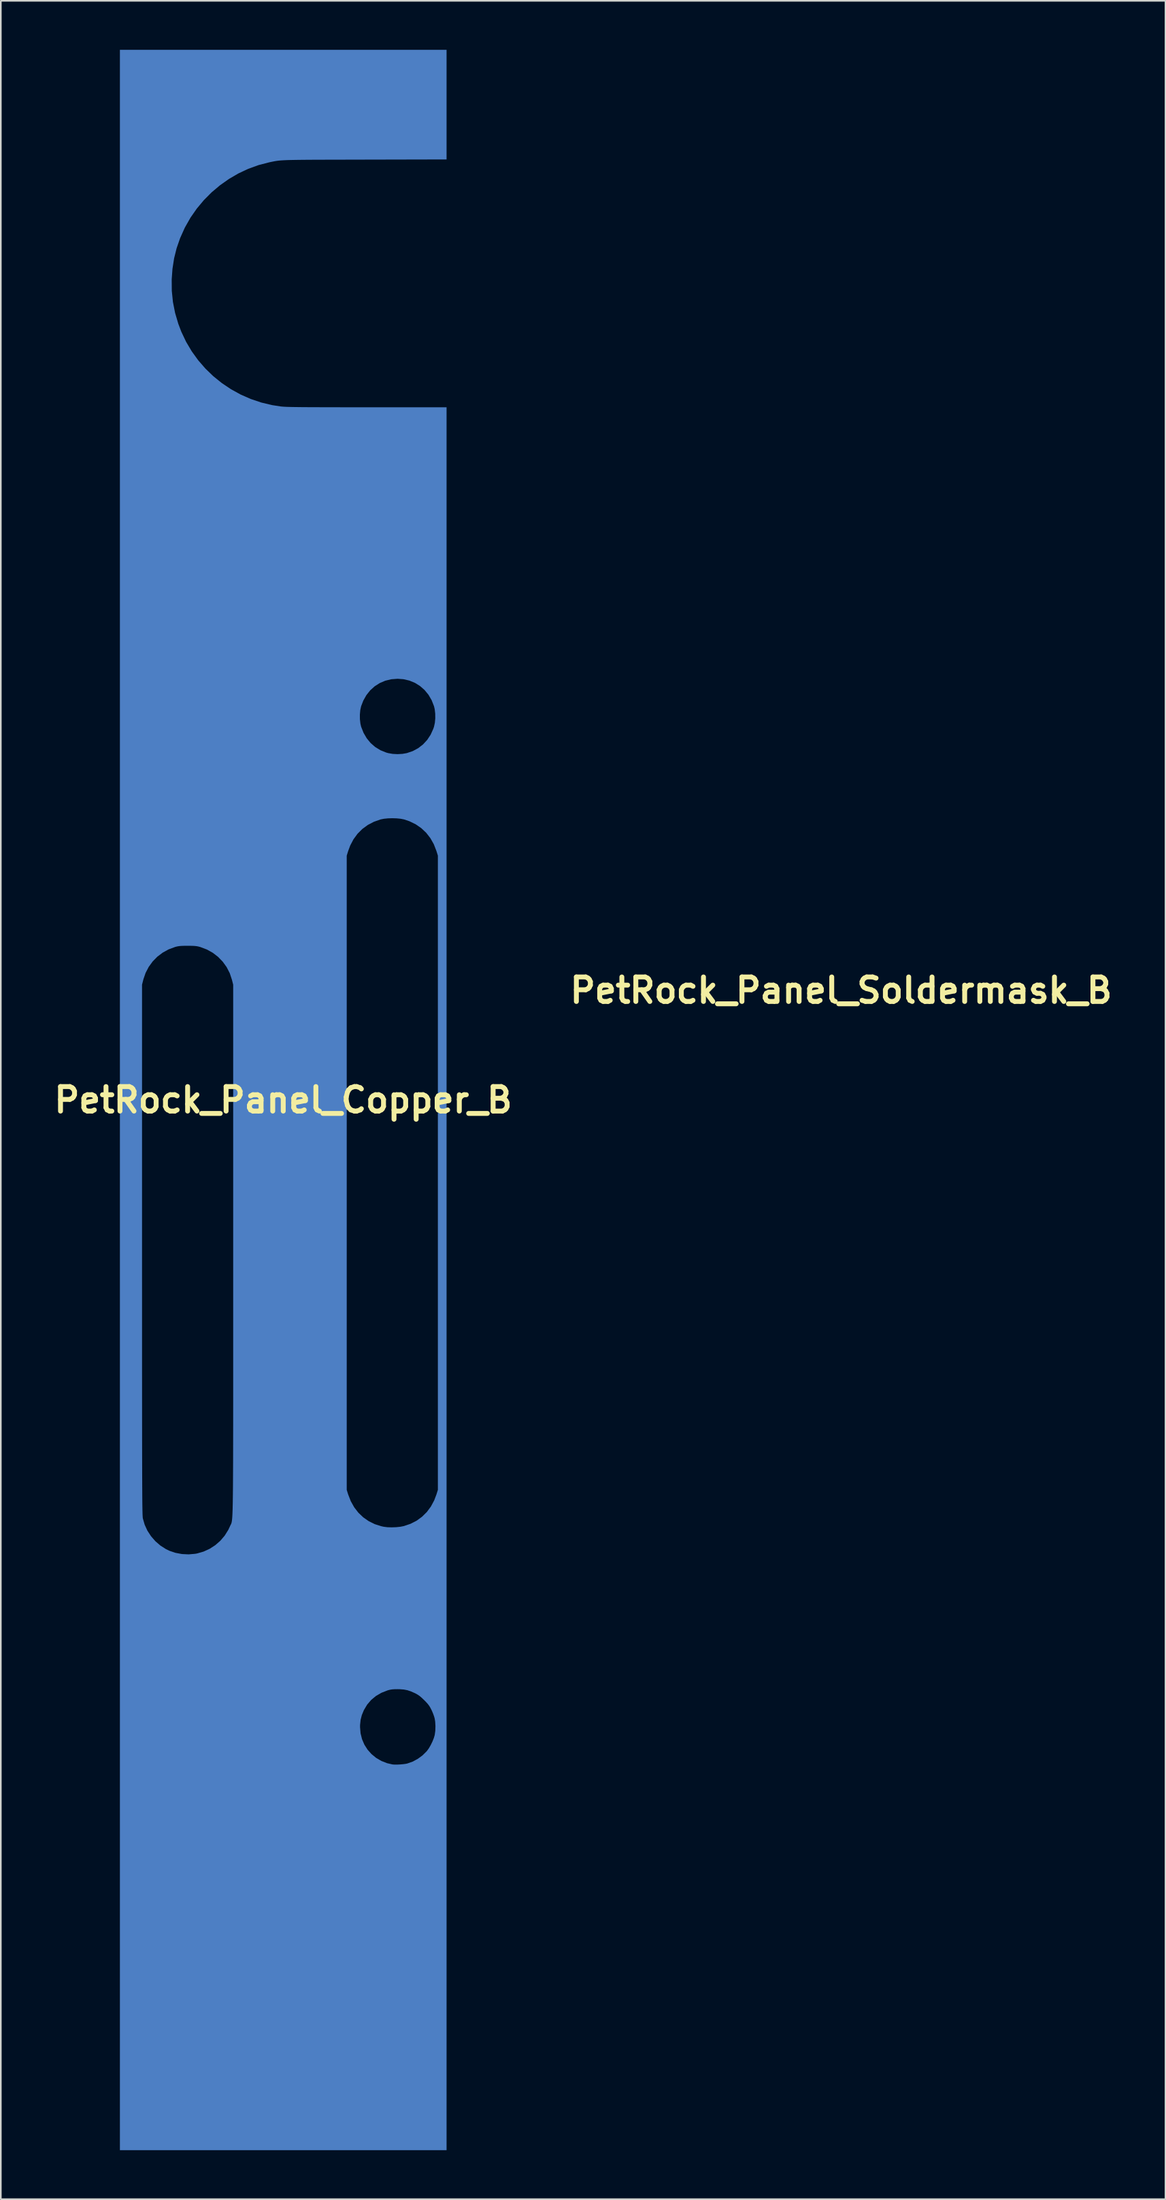
<source format=kicad_pcb>
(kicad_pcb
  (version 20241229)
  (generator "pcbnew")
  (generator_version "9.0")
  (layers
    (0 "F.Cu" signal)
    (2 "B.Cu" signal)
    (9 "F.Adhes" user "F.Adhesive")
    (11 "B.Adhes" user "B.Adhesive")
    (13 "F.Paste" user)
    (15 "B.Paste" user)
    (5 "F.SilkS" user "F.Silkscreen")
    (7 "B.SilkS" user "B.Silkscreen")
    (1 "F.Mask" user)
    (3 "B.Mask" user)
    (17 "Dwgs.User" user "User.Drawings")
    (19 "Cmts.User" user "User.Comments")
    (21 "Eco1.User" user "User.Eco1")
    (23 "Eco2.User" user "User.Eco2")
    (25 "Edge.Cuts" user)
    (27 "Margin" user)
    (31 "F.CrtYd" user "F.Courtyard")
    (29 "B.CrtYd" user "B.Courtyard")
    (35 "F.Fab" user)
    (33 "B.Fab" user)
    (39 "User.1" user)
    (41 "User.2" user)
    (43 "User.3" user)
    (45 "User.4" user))
  (footprint "PetRock_Panel_Soldermask_B"
    (layer "F.Cu")
    (at 48.471 57.58)
    (property "Reference" "PetRock_Panel_Soldermask_B" (at 0 0 0) (layer "F.SilkS") (effects (font (size 1.5 1.5) (thickness 0.3))))
    (attr board_only exclude_from_pos_files exclude_from_bom)
    (fp_poly (pts (xy 7.388 -25.757) (xy 7.754 -25.667) (xy 8.094 -25.522) (xy 8.405 -25.324) (xy 8.68 -25.077) (xy 8.913 -24.785) (xy 9.071 -24.512) (xy 9.181 -24.264) (xy 9.254 -24.034) (xy 9.294 -23.798) (xy 9.309 -23.531) (xy 9.309 -23.48) (xy 9.299 -23.204) (xy 9.263 -22.965) (xy 9.196 -22.736) (xy 9.093 -22.492) (xy 9.071 -22.447) (xy 8.875 -22.119) (xy 8.631 -21.833) (xy 8.344 -21.592) (xy 8.02 -21.4) (xy 7.663 -21.262) (xy 7.571 -21.237) (xy 7.294 -21.189) (xy 6.99 -21.173) (xy 6.688 -21.19) (xy 6.423 -21.238) (xy 6.059 -21.364) (xy 5.729 -21.544) (xy 5.435 -21.774) (xy 5.183 -22.051) (xy 4.974 -22.372) (xy 4.811 -22.735) (xy 4.772 -22.851) (xy 4.719 -23.091) (xy 4.694 -23.365) (xy 4.697 -23.649) (xy 4.727 -23.918) (xy 4.772 -24.108) (xy 4.919 -24.481) (xy 5.114 -24.814) (xy 5.351 -25.103) (xy 5.627 -25.346) (xy 5.938 -25.538) (xy 6.279 -25.678) (xy 6.648 -25.762) (xy 7.004 -25.787)) (stroke (width 0) (type solid)) (fill yes) (layer "B.Mask"))
    (fp_poly (pts (xy 6.958 -17.241) (xy 7.205 -17.216) (xy 7.394 -17.178) (xy 7.807 -17.033) (xy 8.182 -16.837) (xy 8.518 -16.591) (xy 8.81 -16.298) (xy 9.058 -15.961) (xy 9.258 -15.582) (xy 9.382 -15.25) (xy 9.473 -14.959) (xy 9.473 4.454) (xy 9.473 23.867) (xy 9.384 24.151) (xy 9.223 24.564) (xy 9.014 24.936) (xy 8.76 25.264) (xy 8.462 25.547) (xy 8.124 25.782) (xy 7.748 25.966) (xy 7.394 26.082) (xy 7.17 26.126) (xy 6.909 26.153) (xy 6.637 26.162) (xy 6.376 26.153) (xy 6.159 26.126) (xy 5.743 26.016) (xy 5.359 25.851) (xy 5.011 25.634) (xy 4.7 25.367) (xy 4.431 25.054) (xy 4.206 24.697) (xy 4.028 24.299) (xy 3.978 24.151) (xy 3.889 23.867) (xy 3.889 4.454) (xy 3.889 -14.959) (xy 3.98 -15.25) (xy 4.139 -15.654) (xy 4.348 -16.023) (xy 4.605 -16.352) (xy 4.905 -16.637) (xy 5.244 -16.874) (xy 5.619 -17.061) (xy 5.955 -17.175) (xy 6.166 -17.217) (xy 6.418 -17.242) (xy 6.688 -17.25)) (stroke (width 0) (type solid)) (fill yes) (layer "B.Mask"))
    (fp_poly (pts (xy 7.273 36.079) (xy 7.505 36.11) (xy 7.722 36.168) (xy 7.951 36.259) (xy 8.068 36.314) (xy 8.206 36.387) (xy 8.327 36.466) (xy 8.448 36.563) (xy 8.586 36.692) (xy 8.636 36.742) (xy 8.773 36.881) (xy 8.874 36.997) (xy 8.954 37.107) (xy 9.026 37.231) (xy 9.082 37.342) (xy 9.152 37.499) (xy 9.217 37.666) (xy 9.264 37.815) (xy 9.279 37.874) (xy 9.315 38.132) (xy 9.324 38.418) (xy 9.307 38.698) (xy 9.279 38.875) (xy 9.225 39.062) (xy 9.14 39.275) (xy 9.034 39.492) (xy 8.918 39.691) (xy 8.809 39.843) (xy 8.563 40.094) (xy 8.275 40.313) (xy 7.961 40.488) (xy 7.636 40.61) (xy 7.601 40.619) (xy 7.472 40.644) (xy 7.306 40.664) (xy 7.122 40.679) (xy 6.943 40.687) (xy 6.789 40.685) (xy 6.697 40.677) (xy 6.319 40.586) (xy 5.968 40.439) (xy 5.649 40.243) (xy 5.367 40.001) (xy 5.128 39.717) (xy 4.936 39.397) (xy 4.796 39.045) (xy 4.772 38.96) (xy 4.726 38.713) (xy 4.707 38.435) (xy 4.713 38.153) (xy 4.746 37.896) (xy 4.758 37.842) (xy 4.858 37.533) (xy 5.007 37.23) (xy 5.194 36.949) (xy 5.41 36.703) (xy 5.622 36.525) (xy 5.92 36.336) (xy 6.208 36.201) (xy 6.501 36.115) (xy 6.814 36.074) (xy 7.004 36.069)) (stroke (width 0) (type solid)) (fill yes) (layer "B.Mask"))
    (fp_poly (pts (xy 10.005 -49.994) (xy 10.005 -42.409) (xy 5.091 -42.412) (xy 4.402 -42.413) (xy 3.774 -42.413) (xy 3.205 -42.414) (xy 2.691 -42.416) (xy 2.231 -42.417) (xy 1.821 -42.419) (xy 1.458 -42.421) (xy 1.139 -42.423) (xy 0.861 -42.426) (xy 0.622 -42.429) (xy 0.419 -42.433) (xy 0.248 -42.437) (xy 0.107 -42.441) (xy -0.007 -42.446) (xy -0.097 -42.451) (xy -0.166 -42.457) (xy -0.185 -42.46) (xy -0.852 -42.572) (xy -1.507 -42.746) (xy -2.146 -42.979) (xy -2.762 -43.267) (xy -3.35 -43.607) (xy -3.906 -43.997) (xy -4.423 -44.434) (xy -4.897 -44.915) (xy -5.05 -45.091) (xy -5.478 -45.649) (xy -5.85 -46.237) (xy -6.164 -46.852) (xy -6.419 -47.49) (xy -6.615 -48.148) (xy -6.75 -48.823) (xy -6.823 -49.512) (xy -6.833 -50.211) (xy -6.832 -50.251) (xy -6.779 -50.935) (xy -6.672 -51.59) (xy -6.507 -52.224) (xy -6.283 -52.845) (xy -6.05 -53.357) (xy -5.709 -53.973) (xy -5.32 -54.546) (xy -4.885 -55.076) (xy -4.407 -55.559) (xy -3.887 -55.996) (xy -3.327 -56.385) (xy -2.73 -56.723) (xy -2.097 -57.01) (xy -1.43 -57.245) (xy -0.732 -57.425) (xy -0.308 -57.505) (xy -0.259 -57.512) (xy -0.203 -57.519) (xy -0.135 -57.525) (xy -0.053 -57.53) (xy 0.046 -57.535) (xy 0.166 -57.539) (xy 0.31 -57.543) (xy 0.481 -57.547) (xy 0.681 -57.55) (xy 0.915 -57.553) (xy 1.185 -57.555) (xy 1.494 -57.557) (xy 1.847 -57.559) (xy 2.244 -57.561) (xy 2.691 -57.563) (xy 3.19 -57.565) (xy 3.744 -57.566) (xy 4.356 -57.568) (xy 5.011 -57.569) (xy 10.005 -57.58)) (stroke (width 0) (type solid)) (fill yes) (layer "B.Mask"))
    (fp_poly (pts (xy -5.648 -9.439) (xy -5.487 -9.434) (xy -5.361 -9.424) (xy -5.253 -9.408) (xy -5.148 -9.383) (xy -5.09 -9.367) (xy -4.695 -9.22) (xy -4.331 -9.02) (xy -4.004 -8.771) (xy -3.717 -8.479) (xy -3.476 -8.147) (xy -3.285 -7.781) (xy -3.149 -7.386) (xy -3.143 -7.365) (xy -3.066 -7.06) (xy -3.066 9.155) (xy -3.066 10.389) (xy -3.066 11.559) (xy -3.066 12.669) (xy -3.066 13.719) (xy -3.066 14.711) (xy -3.066 15.647) (xy -3.066 16.528) (xy -3.066 17.356) (xy -3.066 18.134) (xy -3.066 18.862) (xy -3.067 19.542) (xy -3.068 20.176) (xy -3.068 20.766) (xy -3.069 21.313) (xy -3.071 21.819) (xy -3.072 22.286) (xy -3.074 22.714) (xy -3.076 23.107) (xy -3.078 23.466) (xy -3.081 23.792) (xy -3.084 24.086) (xy -3.087 24.352) (xy -3.091 24.59) (xy -3.095 24.802) (xy -3.099 24.989) (xy -3.104 25.154) (xy -3.11 25.298) (xy -3.116 25.423) (xy -3.122 25.53) (xy -3.129 25.622) (xy -3.137 25.699) (xy -3.145 25.764) (xy -3.153 25.817) (xy -3.162 25.862) (xy -3.172 25.899) (xy -3.183 25.93) (xy -3.194 25.957) (xy -3.206 25.982) (xy -3.218 26.006) (xy -3.231 26.031) (xy -3.245 26.058) (xy -3.26 26.089) (xy -3.267 26.107) (xy -3.416 26.401) (xy -3.613 26.692) (xy -3.844 26.966) (xy -4.097 27.206) (xy -4.359 27.399) (xy -4.375 27.408) (xy -4.743 27.595) (xy -5.137 27.725) (xy -5.55 27.799) (xy -5.972 27.815) (xy -6.395 27.77) (xy -6.402 27.769) (xy -6.798 27.665) (xy -7.17 27.501) (xy -7.519 27.278) (xy -7.787 27.049) (xy -8.077 26.731) (xy -8.31 26.386) (xy -8.484 26.016) (xy -8.598 25.623) (xy -8.598 25.619) (xy -8.602 25.596) (xy -8.606 25.565) (xy -8.609 25.524) (xy -8.613 25.471) (xy -8.616 25.405) (xy -8.619 25.324) (xy -8.622 25.227) (xy -8.624 25.111) (xy -8.627 24.975) (xy -8.629 24.818) (xy -8.631 24.638) (xy -8.633 24.432) (xy -8.635 24.2) (xy -8.636 23.94) (xy -8.638 23.65) (xy -8.639 23.329) (xy -8.641 22.974) (xy -8.642 22.585) (xy -8.643 22.159) (xy -8.644 21.695) (xy -8.645 21.191) (xy -8.646 20.645) (xy -8.646 20.057) (xy -8.647 19.423) (xy -8.648 18.744) (xy -8.648 18.016) (xy -8.648 17.238) (xy -8.649 16.409) (xy -8.649 15.526) (xy -8.649 14.589) (xy -8.649 13.596) (xy -8.649 12.544) (xy -8.65 11.433) (xy -8.65 10.26) (xy -8.65 9.155) (xy -8.65 -7.06) (xy -8.571 -7.369) (xy -8.438 -7.764) (xy -8.251 -8.131) (xy -8.012 -8.463) (xy -7.728 -8.758) (xy -7.403 -9.008) (xy -7.041 -9.211) (xy -6.648 -9.361) (xy -6.626 -9.367) (xy -6.516 -9.396) (xy -6.412 -9.417) (xy -6.297 -9.43) (xy -6.156 -9.437) (xy -5.973 -9.44) (xy -5.858 -9.44)) (stroke (width 0) (type solid)) (fill yes) (layer "B.Mask")))
  (footprint "PetRock_Panel_Copper_B"
    (layer "F.Cu")
    (at 14.3 64.291)
    (property "Reference" "PetRock_Panel_Copper_B" (at 0 0 0) (layer "F.SilkS") (effects (font (size 1.5 1.5) (thickness 0.3))))
    (attr board_only exclude_from_pos_files exclude_from_bom)
    (fp_poly (pts (xy 10.005 -60.935) (xy 10.005 -57.58) (xy 4.994 -57.569) (xy 4.324 -57.568) (xy 3.715 -57.566) (xy 3.164 -57.565) (xy 2.667 -57.564) (xy 2.222 -57.562) (xy 1.824 -57.561) (xy 1.471 -57.559) (xy 1.158 -57.556) (xy 0.884 -57.553) (xy 0.644 -57.549) (xy 0.434 -57.545) (xy 0.253 -57.54) (xy 0.096 -57.533) (xy -0.04 -57.526) (xy -0.159 -57.518) (xy -0.263 -57.509) (xy -0.356 -57.498) (xy -0.442 -57.485) (xy -0.524 -57.472) (xy -0.604 -57.456) (xy -0.687 -57.439) (xy -0.776 -57.421) (xy -0.873 -57.4) (xy -1.516 -57.233) (xy -2.142 -57.006) (xy -2.747 -56.723) (xy -3.325 -56.386) (xy -3.873 -55.999) (xy -4.387 -55.566) (xy -4.862 -55.089) (xy -5.294 -54.572) (xy -5.68 -54.018) (xy -6.014 -53.43) (xy -6.046 -53.366) (xy -6.318 -52.759) (xy -6.53 -52.149) (xy -6.685 -51.527) (xy -6.785 -50.883) (xy -6.832 -50.235) (xy -6.826 -49.538) (xy -6.757 -48.855) (xy -6.624 -48.183) (xy -6.428 -47.519) (xy -6.243 -47.033) (xy -5.95 -46.415) (xy -5.603 -45.831) (xy -5.208 -45.284) (xy -4.766 -44.776) (xy -4.283 -44.309) (xy -3.76 -43.888) (xy -3.202 -43.514) (xy -2.612 -43.189) (xy -1.994 -42.917) (xy -1.351 -42.7) (xy -0.686 -42.541) (xy -0.143 -42.457) (xy -0.078 -42.451) (xy -0.002 -42.445) (xy 0.09 -42.439) (xy 0.199 -42.434) (xy 0.33 -42.43) (xy 0.485 -42.426) (xy 0.667 -42.423) (xy 0.88 -42.42) (xy 1.127 -42.417) (xy 1.411 -42.415) (xy 1.736 -42.413) (xy 2.103 -42.412) (xy 2.518 -42.411) (xy 2.982 -42.41) (xy 3.499 -42.409) (xy 4.072 -42.409) (xy 4.705 -42.409) (xy 5.14 -42.409) (xy 10.005 -42.409) (xy 10.005 10.941) (xy 10.005 64.291) (xy 0 64.291) (xy -10.005 64.291) (xy -10.005 38.39) (xy 4.705 38.39) (xy 4.737 38.771) (xy 4.827 39.131) (xy 4.971 39.466) (xy 5.166 39.772) (xy 5.407 40.043) (xy 5.689 40.274) (xy 6.009 40.462) (xy 6.362 40.6) (xy 6.697 40.677) (xy 6.815 40.686) (xy 6.976 40.686) (xy 7.158 40.677) (xy 7.34 40.661) (xy 7.501 40.64) (xy 7.601 40.619) (xy 7.926 40.504) (xy 8.242 40.334) (xy 8.534 40.12) (xy 8.785 39.871) (xy 8.809 39.843) (xy 8.924 39.683) (xy 9.039 39.482) (xy 9.144 39.265) (xy 9.228 39.052) (xy 9.279 38.875) (xy 9.315 38.616) (xy 9.324 38.331) (xy 9.307 38.051) (xy 9.279 37.874) (xy 9.243 37.743) (xy 9.186 37.582) (xy 9.117 37.417) (xy 9.082 37.342) (xy 9.007 37.196) (xy 8.934 37.078) (xy 8.85 36.968) (xy 8.741 36.848) (xy 8.636 36.742) (xy 8.488 36.6) (xy 8.364 36.494) (xy 8.245 36.411) (xy 8.114 36.337) (xy 8.068 36.314) (xy 7.826 36.206) (xy 7.607 36.133) (xy 7.385 36.09) (xy 7.136 36.071) (xy 7.004 36.069) (xy 6.813 36.072) (xy 6.665 36.082) (xy 6.537 36.104) (xy 6.406 36.138) (xy 6.391 36.143) (xy 6.013 36.291) (xy 5.678 36.486) (xy 5.387 36.727) (xy 5.142 37.013) (xy 4.945 37.342) (xy 4.937 37.358) (xy 4.815 37.653) (xy 4.74 37.944) (xy 4.707 38.256) (xy 4.705 38.39) (xy -10.005 38.39) (xy -10.005 0) (xy -10.005 -7.06) (xy -8.65 -7.06) (xy -8.65 9.155) (xy -8.65 10.384) (xy -8.649 11.551) (xy -8.649 12.656) (xy -8.649 13.701) (xy -8.649 14.689) (xy -8.649 15.62) (xy -8.649 16.497) (xy -8.648 17.321) (xy -8.648 18.093) (xy -8.647 18.816) (xy -8.647 19.491) (xy -8.646 20.12) (xy -8.646 20.704) (xy -8.645 21.245) (xy -8.644 21.744) (xy -8.643 22.205) (xy -8.642 22.627) (xy -8.641 23.013) (xy -8.639 23.364) (xy -8.638 23.682) (xy -8.636 23.969) (xy -8.635 24.226) (xy -8.633 24.455) (xy -8.631 24.657) (xy -8.629 24.835) (xy -8.626 24.99) (xy -8.624 25.124) (xy -8.621 25.238) (xy -8.619 25.333) (xy -8.616 25.413) (xy -8.612 25.477) (xy -8.609 25.529) (xy -8.606 25.569) (xy -8.602 25.599) (xy -8.598 25.619) (xy -8.487 26.003) (xy -8.319 26.368) (xy -8.098 26.706) (xy -7.831 27.012) (xy -7.524 27.277) (xy -7.183 27.495) (xy -6.968 27.599) (xy -6.599 27.723) (xy -6.204 27.796) (xy -5.799 27.816) (xy -5.4 27.782) (xy -5.277 27.76) (xy -4.878 27.645) (xy -4.504 27.474) (xy -4.16 27.251) (xy -3.852 26.981) (xy -3.586 26.669) (xy -3.368 26.32) (xy -3.265 26.101) (xy -3.25 26.067) (xy -3.236 26.038) (xy -3.223 26.013) (xy -3.21 25.989) (xy -3.198 25.965) (xy -3.187 25.94) (xy -3.176 25.91) (xy -3.166 25.876) (xy -3.157 25.835) (xy -3.148 25.786) (xy -3.14 25.727) (xy -3.132 25.656) (xy -3.125 25.571) (xy -3.118 25.471) (xy -3.112 25.354) (xy -3.107 25.219) (xy -3.101 25.064) (xy -3.097 24.887) (xy -3.092 24.686) (xy -3.089 24.46) (xy -3.085 24.207) (xy -3.082 23.926) (xy -3.079 23.614) (xy -3.077 23.271) (xy -3.075 22.893) (xy -3.073 22.481) (xy -3.071 22.032) (xy -3.07 21.543) (xy -3.069 21.015) (xy -3.068 20.445) (xy -3.067 19.831) (xy -3.067 19.171) (xy -3.066 18.465) (xy -3.066 17.71) (xy -3.066 16.905) (xy -3.066 16.047) (xy -3.066 15.136) (xy -3.066 14.169) (xy -3.066 13.145) (xy -3.066 12.063) (xy -3.066 10.92) (xy -3.066 9.715) (xy -3.066 9.155) (xy -3.066 -7.06) (xy -3.145 -7.369) (xy -3.277 -7.765) (xy -3.465 -8.132) (xy -3.704 -8.465) (xy -3.988 -8.759) (xy -4.313 -9.01) (xy -4.675 -9.212) (xy -5.068 -9.361) (xy -5.085 -9.366) (xy -5.196 -9.396) (xy -5.3 -9.416) (xy -5.415 -9.429) (xy -5.554 -9.437) (xy -5.733 -9.44) (xy -5.858 -9.44) (xy -6.067 -9.439) (xy -6.227 -9.434) (xy -6.353 -9.424) (xy -6.461 -9.408) (xy -6.567 -9.384) (xy -6.63 -9.366) (xy -7.025 -9.22) (xy -7.388 -9.019) (xy -7.715 -8.771) (xy -8.001 -8.478) (xy -8.241 -8.147) (xy -8.431 -7.782) (xy -8.567 -7.387) (xy -8.571 -7.369) (xy -8.65 -7.06) (xy -10.005 -7.06) (xy -10.005 -14.959) (xy 3.889 -14.959) (xy 3.889 4.454) (xy 3.889 23.867) (xy 3.978 24.151) (xy 4.139 24.563) (xy 4.347 24.934) (xy 4.601 25.263) (xy 4.898 25.546) (xy 5.233 25.781) (xy 5.605 25.965) (xy 6.011 26.094) (xy 6.159 26.126) (xy 6.383 26.154) (xy 6.644 26.162) (xy 6.917 26.152) (xy 7.177 26.125) (xy 7.394 26.082) (xy 7.801 25.944) (xy 8.172 25.754) (xy 8.504 25.512) (xy 8.796 25.223) (xy 9.045 24.888) (xy 9.247 24.511) (xy 9.384 24.151) (xy 9.473 23.867) (xy 9.473 4.454) (xy 9.473 -14.959) (xy 9.382 -15.25) (xy 9.222 -15.661) (xy 9.012 -16.032) (xy 8.756 -16.36) (xy 8.454 -16.644) (xy 8.111 -16.88) (xy 7.728 -17.066) (xy 7.394 -17.178) (xy 7.191 -17.218) (xy 6.947 -17.242) (xy 6.682 -17.25) (xy 6.416 -17.242) (xy 6.172 -17.218) (xy 5.969 -17.178) (xy 5.968 -17.178) (xy 5.555 -17.033) (xy 5.179 -16.837) (xy 4.844 -16.591) (xy 4.551 -16.298) (xy 4.304 -15.961) (xy 4.104 -15.582) (xy 3.98 -15.25) (xy 3.889 -14.959) (xy -10.005 -14.959) (xy -10.005 -23.594) (xy 4.694 -23.594) (xy 4.697 -23.311) (xy 4.727 -23.041) (xy 4.772 -22.851) (xy 4.92 -22.477) (xy 5.115 -22.143) (xy 5.355 -21.852) (xy 5.636 -21.608) (xy 5.955 -21.413) (xy 6.309 -21.27) (xy 6.423 -21.238) (xy 6.698 -21.189) (xy 7.001 -21.173) (xy 7.305 -21.19) (xy 7.571 -21.237) (xy 7.937 -21.361) (xy 8.269 -21.54) (xy 8.564 -21.769) (xy 8.818 -22.044) (xy 9.029 -22.363) (xy 9.192 -22.723) (xy 9.235 -22.85) (xy 9.288 -23.092) (xy 9.313 -23.367) (xy 9.31 -23.652) (xy 9.279 -23.922) (xy 9.235 -24.109) (xy 9.089 -24.479) (xy 8.895 -24.81) (xy 8.658 -25.098) (xy 8.382 -25.341) (xy 8.071 -25.535) (xy 7.73 -25.676) (xy 7.363 -25.761) (xy 7.004 -25.787) (xy 6.614 -25.757) (xy 6.248 -25.668) (xy 5.909 -25.523) (xy 5.601 -25.326) (xy 5.328 -25.08) (xy 5.095 -24.787) (xy 4.904 -24.45) (xy 4.772 -24.108) (xy 4.719 -23.868) (xy 4.694 -23.594) (xy -10.005 -23.594) (xy -10.005 -64.291) (xy 0 -64.291) (xy 10.005 -64.291)) (stroke (width 0) (type solid)) (fill yes) (layer "B.Cu")))
  (gr_rect
    (start -3 -3)
    (end 68.343 131.581)
    (stroke (width 0.1) (type default))
    (fill no)
    (layer "Edge.Cuts")))
</source>
